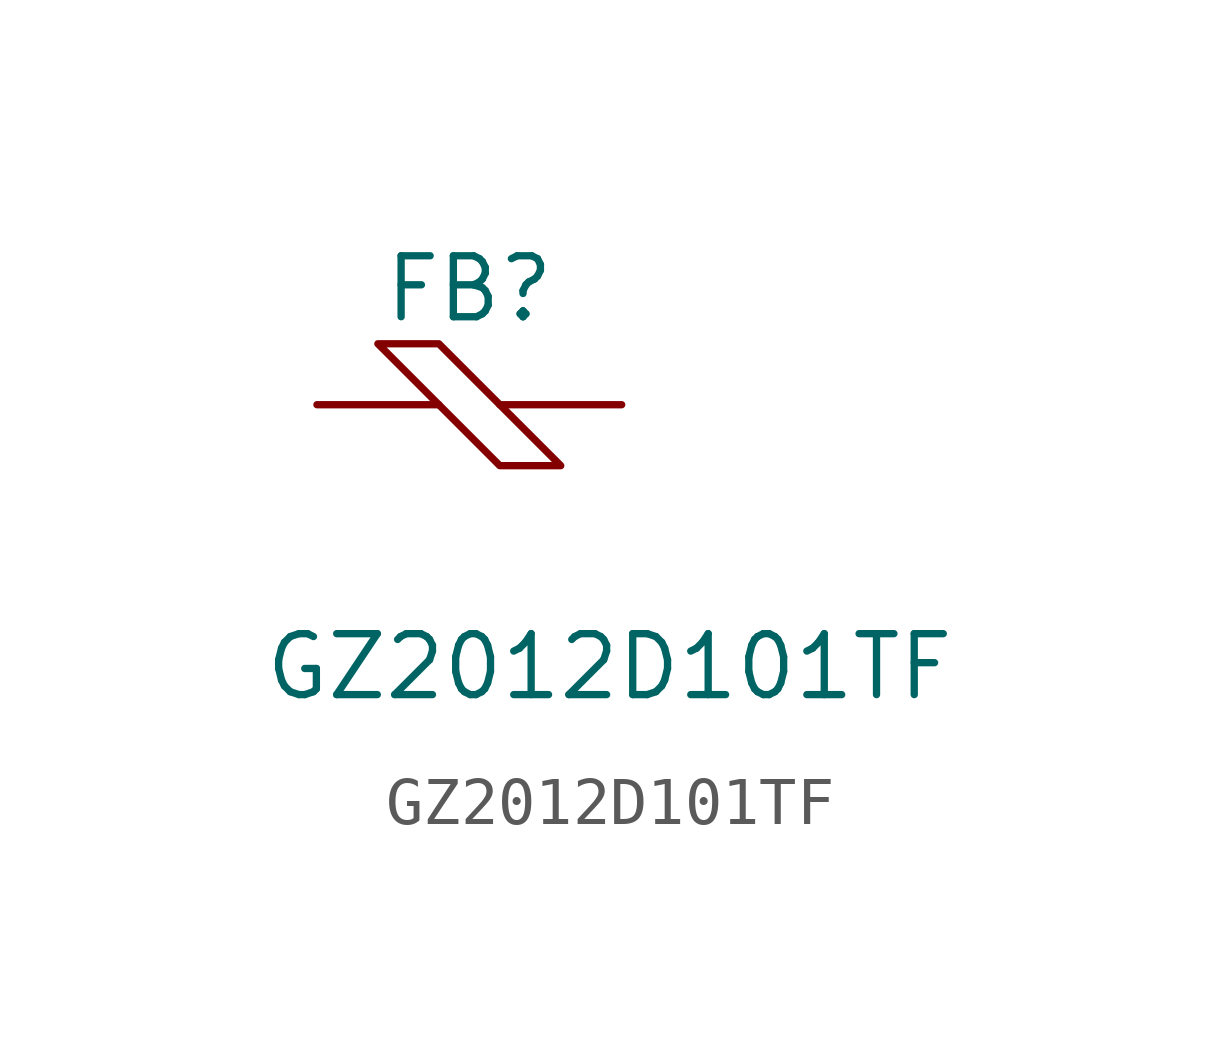
<source format=kicad_sym>
(kicad_symbol_lib
  (version 20220914)
  (generator kicad_symbol_editor)
  (symbol "GZ2012D101TF"
    (pin_numbers hide)
    (pin_names
      (offset 0) hide)
    (property "Reference" "FB"
      (at 0 2.413 0)
      (effects (font (size 1.27 1.27))))
    (property "Value" "GZ2012D101TF"
      (at 2.921 -5.461 0)
      (effects (font (size 1.27 1.27))))
    (symbol "GZ2012D101TF_0_1"
      (polyline (pts (xy 0.635 -1.27) (xy -1.905 1.27) (xy -0.635 1.27) (xy 1.905 -1.27) (xy 0.635 -1.27)) (stroke (width 0) (type default)) (fill (type none))))
    (symbol "GZ2012D101TF_1_1"
      (pin unspecified line (at -3.175 0 0) (length 2.54) (name "1" (effects (font (size 1 1)))) (number "1" (effects (font (size 1 1)))))
      (pin unspecified line (at 3.175 0 180) (length 2.54) (name "2" (effects (font (size 1 1)))) (number "2" (effects (font (size 1 1))))))))
</source>
